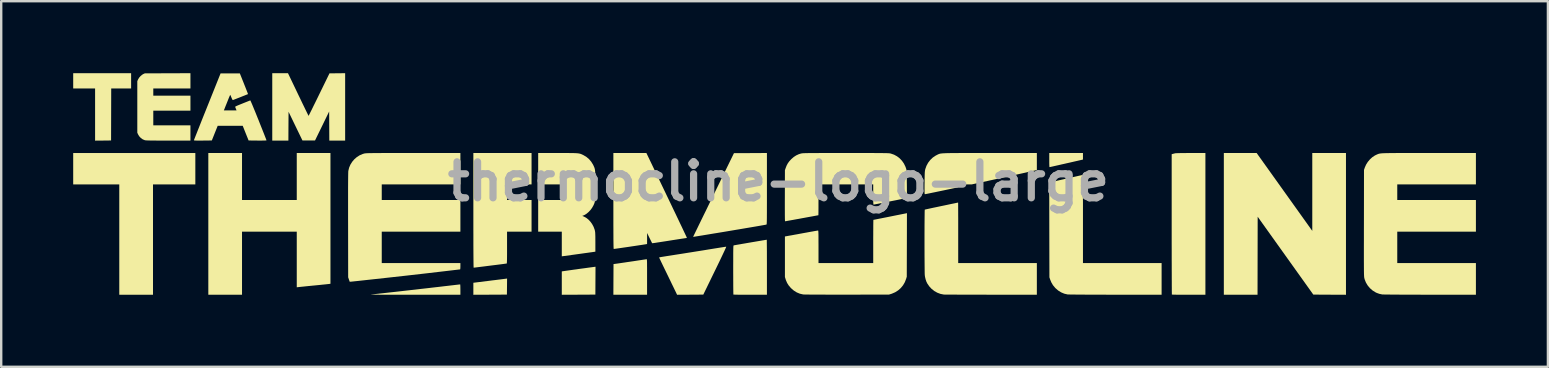
<source format=kicad_pcb>
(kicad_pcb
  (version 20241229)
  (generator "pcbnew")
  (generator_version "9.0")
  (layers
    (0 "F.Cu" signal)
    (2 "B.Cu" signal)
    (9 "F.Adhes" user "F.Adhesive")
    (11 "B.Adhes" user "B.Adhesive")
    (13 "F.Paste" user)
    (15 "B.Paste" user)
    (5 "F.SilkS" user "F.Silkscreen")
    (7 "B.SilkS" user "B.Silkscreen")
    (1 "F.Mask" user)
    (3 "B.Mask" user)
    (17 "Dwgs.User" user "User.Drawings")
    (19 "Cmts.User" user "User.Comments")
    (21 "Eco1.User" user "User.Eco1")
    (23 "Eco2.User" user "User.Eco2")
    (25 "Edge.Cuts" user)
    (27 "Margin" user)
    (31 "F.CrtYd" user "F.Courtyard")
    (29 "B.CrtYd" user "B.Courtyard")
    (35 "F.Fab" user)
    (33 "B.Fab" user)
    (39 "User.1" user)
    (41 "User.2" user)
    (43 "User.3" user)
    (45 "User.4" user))
  (footprint "thermocline-logo-large"
    (layer "F.Cu")
    (at 29.385 4.514)
    (property "Reference" "thermocline-logo-large" (at 0 0 0) (layer "F.Fab") (effects (font (size 1.5 1.5) (thickness 0.3))))
    (attr board_only exclude_from_pos_files exclude_from_bom)
    (fp_poly (pts (xy -26.972 -4.195) (xy -26.972 -3.877) (xy -27.387 -3.877) (xy -27.801 -3.877) (xy -27.804 -2.794) (xy -27.807 -1.711) (xy -28.14 -1.707) (xy -28.473 -1.704) (xy -28.473 -2.791) (xy -28.473 -3.877) (xy -28.929 -3.877) (xy -29.385 -3.877) (xy -29.385 -4.195) (xy -29.385 -4.513) (xy -28.179 -4.513) (xy -26.972 -4.513)) (stroke (width 0) (type solid)) (fill yes) (layer "F.SilkS"))
    (fp_poly (pts (xy -24.296 -0.534) (xy -24.296 0.12) (xy -25.178 0.12) (xy -26.06 0.12) (xy -26.06 2.419) (xy -26.06 4.717) (xy -26.762 4.717) (xy -27.465 4.717) (xy -27.465 2.419) (xy -27.465 0.12) (xy -28.425 0.12) (xy -29.385 0.12) (xy -29.385 -0.534) (xy -29.385 -1.188) (xy -26.84 -1.188) (xy -24.296 -1.188)) (stroke (width 0) (type solid)) (fill yes) (layer "F.SilkS"))
    (fp_poly (pts (xy -11.31 4.377) (xy -11.314 4.711) (xy -12.013 4.715) (xy -12.712 4.718) (xy -12.712 4.468) (xy -12.712 4.218) (xy -12.061 4.137) (xy -11.937 4.121) (xy -11.819 4.107) (xy -11.709 4.093) (xy -11.609 4.081) (xy -11.523 4.07) (xy -11.452 4.061) (xy -11.399 4.054) (xy -11.367 4.05) (xy -11.358 4.049) (xy -11.307 4.042)) (stroke (width 0) (type solid)) (fill yes) (layer "F.SilkS"))
    (fp_poly (pts (xy 21.084 0.434) (xy 22.243 2.056) (xy 22.243 0.434) (xy 22.243 -1.188) (xy 22.945 -1.188) (xy 23.647 -1.188) (xy 23.647 1.765) (xy 23.647 4.718) (xy 22.967 4.715) (xy 22.286 4.711) (xy 21.127 3.089) (xy 19.968 1.467) (xy 19.965 3.092) (xy 19.962 4.717) (xy 19.26 4.717) (xy 18.558 4.717) (xy 18.558 1.765) (xy 18.558 -1.188) (xy 19.242 -1.188) (xy 19.925 -1.188)) (stroke (width 0) (type solid)) (fill yes) (layer "F.SilkS"))
    (fp_poly (pts (xy -7.625 4.131) (xy -7.628 4.711) (xy -8.328 4.715) (xy -9.027 4.718) (xy -9.027 4.232) (xy -9.027 3.746) (xy -9 3.74) (xy -8.984 3.737) (xy -8.947 3.732) (xy -8.892 3.724) (xy -8.821 3.714) (xy -8.737 3.702) (xy -8.642 3.689) (xy -8.54 3.674) (xy -8.432 3.66) (xy -8.323 3.644) (xy -8.213 3.629) (xy -8.106 3.615) (xy -8.005 3.601) (xy -7.912 3.588) (xy -7.83 3.577) (xy -7.761 3.568) (xy -7.709 3.561) (xy -7.679 3.557) (xy -7.622 3.55)) (stroke (width 0) (type solid)) (fill yes) (layer "F.SilkS"))
    (fp_poly (pts (xy 12.688 -1.052) (xy 12.688 -0.916) (xy 12.571 -0.889) (xy 12.472 -0.866) (xy 12.365 -0.842) (xy 12.252 -0.816) (xy 12.136 -0.789) (xy 12.018 -0.763) (xy 11.902 -0.736) (xy 11.789 -0.711) (xy 11.682 -0.686) (xy 11.583 -0.664) (xy 11.495 -0.644) (xy 11.42 -0.627) (xy 11.361 -0.614) (xy 11.319 -0.605) (xy 11.297 -0.601) (xy 11.295 -0.6) (xy 11.291 -0.612) (xy 11.288 -0.645) (xy 11.286 -0.698) (xy 11.284 -0.768) (xy 11.284 -0.853) (xy 11.284 -0.894) (xy 11.284 -1.188) (xy 11.986 -1.188) (xy 12.688 -1.188)) (stroke (width 0) (type solid)) (fill yes) (layer "F.SilkS"))
    (fp_poly (pts (xy -5.49 3.236) (xy -5.487 3.24) (xy -5.484 3.248) (xy -5.481 3.264) (xy -5.479 3.288) (xy -5.477 3.322) (xy -5.476 3.369) (xy -5.475 3.429) (xy -5.475 3.505) (xy -5.474 3.599) (xy -5.474 3.711) (xy -5.474 3.844) (xy -5.474 3.974) (xy -5.474 4.717) (xy -6.176 4.717) (xy -6.878 4.717) (xy -6.875 4.078) (xy -6.872 3.439) (xy -6.758 3.424) (xy -6.714 3.418) (xy -6.653 3.409) (xy -6.578 3.398) (xy -6.49 3.385) (xy -6.393 3.371) (xy -6.29 3.355) (xy -6.183 3.34) (xy -6.075 3.324) (xy -5.968 3.308) (xy -5.866 3.292) (xy -5.771 3.278) (xy -5.685 3.265) (xy -5.612 3.254) (xy -5.555 3.246) (xy -5.515 3.239) (xy -5.496 3.236) (xy -5.495 3.236)) (stroke (width 0) (type solid)) (fill yes) (layer "F.SilkS"))
    (fp_poly (pts (xy -22.351 -0.21) (xy -22.351 0.768) (xy -21.211 0.768) (xy -20.07 0.768) (xy -20.07 -0.21) (xy -20.07 -1.188) (xy -19.368 -1.188) (xy -18.666 -1.188) (xy -18.666 1.535) (xy -18.666 4.259) (xy -18.711 4.266) (xy -18.731 4.269) (xy -18.773 4.273) (xy -18.834 4.28) (xy -18.912 4.288) (xy -19.003 4.297) (xy -19.106 4.308) (xy -19.218 4.319) (xy -19.337 4.331) (xy -19.362 4.333) (xy -19.482 4.345) (xy -19.596 4.356) (xy -19.702 4.367) (xy -19.796 4.377) (xy -19.878 4.385) (xy -19.943 4.392) (xy -19.991 4.397) (xy -20.017 4.4) (xy -20.019 4.4) (xy -20.07 4.407) (xy -20.07 3.248) (xy -20.07 2.089) (xy -21.211 2.089) (xy -22.351 2.089) (xy -22.351 3.403) (xy -22.351 4.717) (xy -23.053 4.717) (xy -23.755 4.717) (xy -23.755 1.765) (xy -23.755 -1.188) (xy -23.053 -1.188) (xy -22.351 -1.188)) (stroke (width 0) (type solid)) (fill yes) (layer "F.SilkS"))
    (fp_poly (pts (xy -24.5 -4.196) (xy -24.5 -3.877) (xy -25.274 -3.877) (xy -26.048 -3.877) (xy -26.048 -3.727) (xy -26.048 -3.577) (xy -25.274 -3.577) (xy -24.5 -3.577) (xy -24.5 -3.265) (xy -24.5 -2.953) (xy -25.274 -2.953) (xy -26.048 -2.953) (xy -26.048 -2.647) (xy -26.048 -2.341) (xy -25.274 -2.341) (xy -24.5 -2.341) (xy -24.5 -2.023) (xy -24.5 -1.705) (xy -25.421 -1.705) (xy -25.605 -1.706) (xy -25.767 -1.706) (xy -25.907 -1.707) (xy -26.027 -1.708) (xy -26.128 -1.709) (xy -26.211 -1.71) (xy -26.277 -1.712) (xy -26.328 -1.714) (xy -26.365 -1.717) (xy -26.389 -1.719) (xy -26.397 -1.721) (xy -26.488 -1.758) (xy -26.569 -1.815) (xy -26.637 -1.889) (xy -26.683 -1.967) (xy -26.714 -2.035) (xy -26.714 -3.109) (xy -26.714 -4.183) (xy -26.68 -4.258) (xy -26.637 -4.329) (xy -26.578 -4.396) (xy -26.511 -4.451) (xy -26.46 -4.481) (xy -26.402 -4.507) (xy -25.451 -4.511) (xy -24.5 -4.514)) (stroke (width 0) (type solid)) (fill yes) (layer "F.SilkS"))
    (fp_poly (pts (xy -18.054 -3.109) (xy -18.054 -1.705) (xy -18.384 -1.705) (xy -18.714 -1.705) (xy -18.717 -2.312) (xy -18.72 -2.919) (xy -19.014 -2.315) (xy -19.309 -1.711) (xy -19.571 -1.711) (xy -19.833 -1.711) (xy -20.123 -2.309) (xy -20.412 -2.907) (xy -20.416 -2.306) (xy -20.419 -1.705) (xy -20.755 -1.705) (xy -21.091 -1.705) (xy -21.091 -3.109) (xy -21.091 -4.513) (xy -20.763 -4.513) (xy -20.435 -4.513) (xy -20.01 -3.625) (xy -19.944 -3.489) (xy -19.881 -3.358) (xy -19.823 -3.236) (xy -19.768 -3.124) (xy -19.719 -3.022) (xy -19.676 -2.934) (xy -19.64 -2.86) (xy -19.611 -2.802) (xy -19.591 -2.761) (xy -19.58 -2.74) (xy -19.578 -2.737) (xy -19.572 -2.747) (xy -19.556 -2.778) (xy -19.531 -2.827) (xy -19.498 -2.893) (xy -19.458 -2.973) (xy -19.411 -3.068) (xy -19.359 -3.175) (xy -19.301 -3.291) (xy -19.239 -3.417) (xy -19.174 -3.55) (xy -19.139 -3.622) (xy -18.707 -4.507) (xy -18.38 -4.511) (xy -18.054 -4.514)) (stroke (width 0) (type solid)) (fill yes) (layer "F.SilkS"))
    (fp_poly (pts (xy 17.79 1.765) (xy 17.79 4.717) (xy 17.095 4.717) (xy 16.968 4.717) (xy 16.849 4.717) (xy 16.738 4.716) (xy 16.64 4.716) (xy 16.554 4.715) (xy 16.485 4.713) (xy 16.434 4.712) (xy 16.402 4.711) (xy 16.393 4.709) (xy 16.392 4.697) (xy 16.392 4.661) (xy 16.391 4.604) (xy 16.39 4.526) (xy 16.39 4.427) (xy 16.389 4.31) (xy 16.389 4.175) (xy 16.388 4.024) (xy 16.388 3.856) (xy 16.387 3.674) (xy 16.387 3.478) (xy 16.386 3.27) (xy 16.386 3.05) (xy 16.386 2.819) (xy 16.385 2.579) (xy 16.385 2.331) (xy 16.385 2.075) (xy 16.385 1.812) (xy 16.385 1.781) (xy 16.385 -1.139) (xy 16.436 -1.153) (xy 16.48 -1.164) (xy 16.522 -1.175) (xy 16.529 -1.177) (xy 16.549 -1.179) (xy 16.591 -1.181) (xy 16.652 -1.183) (xy 16.73 -1.185) (xy 16.822 -1.186) (xy 16.925 -1.187) (xy 17.039 -1.188) (xy 17.159 -1.188) (xy 17.18 -1.188) (xy 17.79 -1.188)) (stroke (width 0) (type solid)) (fill yes) (layer "F.SilkS"))
    (fp_poly (pts (xy -13.259 4.297) (xy -13.256 4.328) (xy -13.254 4.376) (xy -13.253 4.437) (xy -13.252 4.501) (xy -13.252 4.717) (xy -15.121 4.717) (xy -15.33 4.717) (xy -15.533 4.717) (xy -15.729 4.717) (xy -15.914 4.717) (xy -16.09 4.717) (xy -16.253 4.716) (xy -16.404 4.716) (xy -16.54 4.716) (xy -16.66 4.715) (xy -16.763 4.715) (xy -16.848 4.714) (xy -16.914 4.714) (xy -16.959 4.713) (xy -16.982 4.713) (xy -16.984 4.713) (xy -16.972 4.71) (xy -16.938 4.705) (xy -16.887 4.699) (xy -16.821 4.691) (xy -16.743 4.682) (xy -16.656 4.672) (xy -16.637 4.67) (xy -16.422 4.647) (xy -16.187 4.62) (xy -15.937 4.593) (xy -15.676 4.563) (xy -15.41 4.533) (xy -15.141 4.503) (xy -14.876 4.472) (xy -14.618 4.443) (xy -14.372 4.414) (xy -14.142 4.388) (xy -14.033 4.375) (xy -13.9 4.359) (xy -13.774 4.345) (xy -13.658 4.331) (xy -13.552 4.319) (xy -13.46 4.308) (xy -13.383 4.299) (xy -13.323 4.292) (xy -13.282 4.288) (xy -13.263 4.285) (xy -13.261 4.285)) (stroke (width 0) (type solid)) (fill yes) (layer "F.SilkS"))
    (fp_poly (pts (xy -10.287 -0.534) (xy -10.287 0.12) (xy -10.797 0.12) (xy -11.308 0.12) (xy -11.308 0.444) (xy -11.308 0.768) (xy -10.797 0.768) (xy -10.287 0.768) (xy -10.287 1.428) (xy -10.287 2.089) (xy -10.797 2.089) (xy -11.308 2.089) (xy -11.308 2.749) (xy -11.308 2.898) (xy -11.308 3.025) (xy -11.309 3.13) (xy -11.31 3.217) (xy -11.311 3.285) (xy -11.313 3.337) (xy -11.315 3.375) (xy -11.317 3.399) (xy -11.32 3.412) (xy -11.323 3.415) (xy -11.336 3.418) (xy -11.371 3.422) (xy -11.425 3.43) (xy -11.495 3.439) (xy -11.578 3.45) (xy -11.672 3.462) (xy -11.774 3.475) (xy -11.882 3.488) (xy -11.993 3.502) (xy -12.104 3.516) (xy -12.213 3.53) (xy -12.317 3.543) (xy -12.414 3.555) (xy -12.501 3.566) (xy -12.576 3.575) (xy -12.635 3.582) (xy -12.676 3.587) (xy -12.698 3.589) (xy -12.699 3.589) (xy -12.701 3.58) (xy -12.702 3.553) (xy -12.704 3.507) (xy -12.705 3.443) (xy -12.706 3.358) (xy -12.707 3.255) (xy -12.708 3.13) (xy -12.709 2.986) (xy -12.71 2.82) (xy -12.711 2.633) (xy -12.711 2.424) (xy -12.711 2.193) (xy -12.712 1.939) (xy -12.712 1.663) (xy -12.712 1.363) (xy -12.712 1.2) (xy -12.712 -1.188) (xy -11.5 -1.188) (xy -10.287 -1.188)) (stroke (width 0) (type solid)) (fill yes) (layer "F.SilkS"))
    (fp_poly (pts (xy 12.682 -0.264) (xy 12.683 -0.23) (xy 12.683 -0.174) (xy 12.684 -0.098) (xy 12.685 -0.003) (xy 12.685 0.109) (xy 12.686 0.238) (xy 12.686 0.381) (xy 12.687 0.538) (xy 12.687 0.708) (xy 12.688 0.888) (xy 12.688 1.078) (xy 12.688 1.277) (xy 12.688 1.482) (xy 12.688 1.56) (xy 12.688 3.397) (xy 14.327 3.397) (xy 15.965 3.397) (xy 15.965 4.057) (xy 15.965 4.717) (xy 14.041 4.716) (xy 13.827 4.716) (xy 13.619 4.715) (xy 13.417 4.715) (xy 13.225 4.714) (xy 13.042 4.714) (xy 12.87 4.713) (xy 12.711 4.712) (xy 12.565 4.711) (xy 12.435 4.71) (xy 12.321 4.709) (xy 12.224 4.708) (xy 12.148 4.707) (xy 12.091 4.706) (xy 12.056 4.705) (xy 12.046 4.704) (xy 11.908 4.672) (xy 11.778 4.617) (xy 11.656 4.541) (xy 11.543 4.443) (xy 11.528 4.427) (xy 11.438 4.318) (xy 11.369 4.2) (xy 11.321 4.083) (xy 11.29 3.991) (xy 11.286 2.016) (xy 11.283 0.041) (xy 11.484 -0.005) (xy 11.542 -0.018) (xy 11.618 -0.035) (xy 11.71 -0.056) (xy 11.814 -0.08) (xy 11.926 -0.105) (xy 12.042 -0.131) (xy 12.157 -0.158) (xy 12.18 -0.163) (xy 12.285 -0.187) (xy 12.383 -0.209) (xy 12.471 -0.229) (xy 12.547 -0.247) (xy 12.609 -0.26) (xy 12.653 -0.27) (xy 12.677 -0.275) (xy 12.681 -0.276)) (stroke (width 0) (type solid)) (fill yes) (layer "F.SilkS"))
    (fp_poly (pts (xy -0.486 2.436) (xy -0.485 2.471) (xy -0.485 2.525) (xy -0.484 2.599) (xy -0.483 2.691) (xy -0.482 2.798) (xy -0.481 2.919) (xy -0.481 3.053) (xy -0.481 3.197) (xy -0.48 3.351) (xy -0.48 3.512) (xy -0.48 3.571) (xy -0.48 4.717) (xy -1.174 4.717) (xy -1.301 4.717) (xy -1.421 4.717) (xy -1.531 4.716) (xy -1.63 4.716) (xy -1.715 4.715) (xy -1.785 4.713) (xy -1.836 4.712) (xy -1.867 4.711) (xy -1.877 4.709) (xy -1.878 4.697) (xy -1.879 4.661) (xy -1.88 4.606) (xy -1.881 4.531) (xy -1.882 4.44) (xy -1.883 4.333) (xy -1.883 4.213) (xy -1.884 4.082) (xy -1.884 3.94) (xy -1.885 3.791) (xy -1.885 3.684) (xy -1.885 3.504) (xy -1.884 3.346) (xy -1.884 3.21) (xy -1.884 3.093) (xy -1.884 2.994) (xy -1.883 2.911) (xy -1.882 2.843) (xy -1.881 2.789) (xy -1.88 2.747) (xy -1.878 2.715) (xy -1.876 2.692) (xy -1.873 2.677) (xy -1.871 2.667) (xy -1.867 2.662) (xy -1.864 2.66) (xy -1.849 2.657) (xy -1.813 2.651) (xy -1.759 2.641) (xy -1.689 2.629) (xy -1.606 2.615) (xy -1.512 2.598) (xy -1.41 2.581) (xy -1.303 2.562) (xy -1.192 2.543) (xy -1.081 2.524) (xy -0.973 2.506) (xy -0.869 2.488) (xy -0.772 2.472) (xy -0.686 2.457) (xy -0.612 2.445) (xy -0.552 2.435) (xy -0.511 2.428) (xy -0.49 2.425) (xy -0.488 2.425)) (stroke (width 0) (type solid)) (fill yes) (layer "F.SilkS"))
    (fp_poly (pts (xy -2.176 2.716) (xy -2.178 2.727) (xy -2.191 2.759) (xy -2.214 2.81) (xy -2.246 2.881) (xy -2.288 2.97) (xy -2.338 3.076) (xy -2.396 3.198) (xy -2.462 3.336) (xy -2.536 3.489) (xy -2.617 3.656) (xy -2.646 3.715) (xy -3.131 4.711) (xy -3.677 4.715) (xy -4.223 4.718) (xy -4.253 4.655) (xy -4.263 4.633) (xy -4.283 4.592) (xy -4.312 4.533) (xy -4.348 4.458) (xy -4.39 4.371) (xy -4.439 4.271) (xy -4.491 4.162) (xy -4.548 4.045) (xy -4.607 3.923) (xy -4.626 3.885) (xy -4.685 3.763) (xy -4.741 3.648) (xy -4.793 3.541) (xy -4.84 3.443) (xy -4.881 3.358) (xy -4.915 3.286) (xy -4.942 3.23) (xy -4.96 3.191) (xy -4.969 3.17) (xy -4.97 3.168) (xy -4.97 3.166) (xy -4.971 3.164) (xy -4.97 3.163) (xy -4.967 3.161) (xy -4.958 3.158) (xy -4.944 3.155) (xy -4.921 3.151) (xy -4.889 3.145) (xy -4.846 3.138) (xy -4.79 3.129) (xy -4.72 3.118) (xy -4.634 3.104) (xy -4.53 3.088) (xy -4.408 3.069) (xy -4.265 3.046) (xy -4.123 3.024) (xy -3.968 3) (xy -3.802 2.973) (xy -3.629 2.946) (xy -3.455 2.918) (xy -3.284 2.891) (xy -3.121 2.865) (xy -2.97 2.84) (xy -2.835 2.818) (xy -2.773 2.808) (xy -2.657 2.789) (xy -2.549 2.772) (xy -2.45 2.756) (xy -2.362 2.742) (xy -2.289 2.731) (xy -2.232 2.722) (xy -2.194 2.717) (xy -2.176 2.716)) (stroke (width 0) (type solid)) (fill yes) (layer "F.SilkS"))
    (fp_poly (pts (xy -0.48 0.299) (xy -0.48 0.519) (xy -0.48 0.717) (xy -0.48 0.892) (xy -0.481 1.048) (xy -0.481 1.184) (xy -0.481 1.303) (xy -0.482 1.405) (xy -0.482 1.492) (xy -0.483 1.565) (xy -0.484 1.625) (xy -0.485 1.673) (xy -0.487 1.712) (xy -0.488 1.741) (xy -0.49 1.762) (xy -0.492 1.776) (xy -0.495 1.786) (xy -0.497 1.791) (xy -0.501 1.793) (xy -0.501 1.793) (xy -0.519 1.797) (xy -0.558 1.805) (xy -0.618 1.815) (xy -0.696 1.829) (xy -0.791 1.846) (xy -0.901 1.865) (xy -1.024 1.886) (xy -1.159 1.909) (xy -1.303 1.933) (xy -1.455 1.959) (xy -1.613 1.986) (xy -1.776 2.013) (xy -1.941 2.041) (xy -2.108 2.069) (xy -2.273 2.097) (xy -2.437 2.124) (xy -2.595 2.15) (xy -2.629 2.155) (xy -2.799 2.183) (xy -2.947 2.208) (xy -3.075 2.229) (xy -3.183 2.247) (xy -3.274 2.261) (xy -3.349 2.274) (xy -3.409 2.283) (xy -3.457 2.291) (xy -3.493 2.297) (xy -3.519 2.301) (xy -3.537 2.303) (xy -3.547 2.304) (xy -3.553 2.305) (xy -3.555 2.304) (xy -3.555 2.303) (xy -3.553 2.302) (xy -3.553 2.301) (xy -3.548 2.29) (xy -3.533 2.258) (xy -3.508 2.207) (xy -3.475 2.138) (xy -3.433 2.052) (xy -3.383 1.95) (xy -3.327 1.834) (xy -3.263 1.703) (xy -3.194 1.561) (xy -3.119 1.407) (xy -3.038 1.243) (xy -2.954 1.07) (xy -2.866 0.889) (xy -2.774 0.701) (xy -2.703 0.557) (xy -1.854 -1.182) (xy -1.167 -1.185) (xy -0.48 -1.189)) (stroke (width 0) (type solid)) (fill yes) (layer "F.SilkS"))
    (fp_poly (pts (xy -4.66 0.568) (xy -4.567 0.762) (xy -4.477 0.949) (xy -4.391 1.13) (xy -4.308 1.302) (xy -4.23 1.466) (xy -4.157 1.619) (xy -4.09 1.76) (xy -4.028 1.889) (xy -3.974 2.004) (xy -3.927 2.104) (xy -3.887 2.188) (xy -3.856 2.254) (xy -3.833 2.302) (xy -3.82 2.331) (xy -3.817 2.339) (xy -3.826 2.352) (xy -3.83 2.353) (xy -3.844 2.355) (xy -3.879 2.36) (xy -3.934 2.368) (xy -4.005 2.379) (xy -4.091 2.392) (xy -4.19 2.407) (xy -4.298 2.424) (xy -4.414 2.442) (xy -4.451 2.448) (xy -4.609 2.473) (xy -4.744 2.494) (xy -4.86 2.512) (xy -4.956 2.527) (xy -5.036 2.539) (xy -5.1 2.549) (xy -5.151 2.557) (xy -5.19 2.562) (xy -5.218 2.566) (xy -5.238 2.568) (xy -5.25 2.569) (xy -5.258 2.569) (xy -5.262 2.568) (xy -5.263 2.567) (xy -5.27 2.555) (xy -5.286 2.525) (xy -5.308 2.479) (xy -5.336 2.423) (xy -5.368 2.358) (xy -5.371 2.352) (xy -5.473 2.143) (xy -5.473 2.373) (xy -5.474 2.603) (xy -5.507 2.61) (xy -5.532 2.614) (xy -5.577 2.621) (xy -5.639 2.631) (xy -5.716 2.643) (xy -5.806 2.656) (xy -5.904 2.671) (xy -6.01 2.687) (xy -6.12 2.703) (xy -6.231 2.72) (xy -6.341 2.736) (xy -6.447 2.751) (xy -6.547 2.766) (xy -6.638 2.779) (xy -6.717 2.79) (xy -6.781 2.799) (xy -6.829 2.805) (xy -6.856 2.808) (xy -6.862 2.809) (xy -6.864 2.806) (xy -6.866 2.796) (xy -6.868 2.779) (xy -6.869 2.753) (xy -6.871 2.718) (xy -6.872 2.671) (xy -6.873 2.614) (xy -6.874 2.543) (xy -6.875 2.459) (xy -6.876 2.361) (xy -6.876 2.247) (xy -6.877 2.116) (xy -6.877 1.967) (xy -6.878 1.801) (xy -6.878 1.614) (xy -6.878 1.407) (xy -6.878 1.178) (xy -6.878 0.927) (xy -6.878 0.81) (xy -6.878 -1.188) (xy -6.19 -1.188) (xy -5.502 -1.188)) (stroke (width 0) (type solid)) (fill yes) (layer "F.SilkS"))
    (fp_poly (pts (xy 7.486 0.888) (xy 7.487 0.922) (xy 7.487 0.977) (xy 7.488 1.052) (xy 7.488 1.144) (xy 7.489 1.252) (xy 7.489 1.375) (xy 7.49 1.511) (xy 7.49 1.658) (xy 7.49 1.815) (xy 7.49 1.981) (xy 7.49 2.137) (xy 7.49 3.397) (xy 9.129 3.397) (xy 10.767 3.397) (xy 10.767 4.057) (xy 10.767 4.717) (xy 8.85 4.716) (xy 8.636 4.715) (xy 8.429 4.715) (xy 8.229 4.715) (xy 8.038 4.714) (xy 7.858 4.714) (xy 7.688 4.713) (xy 7.531 4.713) (xy 7.388 4.712) (xy 7.261 4.712) (xy 7.15 4.711) (xy 7.057 4.711) (xy 6.983 4.71) (xy 6.93 4.71) (xy 6.898 4.709) (xy 6.89 4.709) (xy 6.75 4.681) (xy 6.617 4.631) (xy 6.493 4.561) (xy 6.38 4.471) (xy 6.281 4.364) (xy 6.202 4.248) (xy 6.162 4.166) (xy 6.13 4.069) (xy 6.106 3.966) (xy 6.098 3.907) (xy 6.096 3.879) (xy 6.094 3.83) (xy 6.093 3.763) (xy 6.092 3.677) (xy 6.091 3.577) (xy 6.09 3.463) (xy 6.089 3.337) (xy 6.088 3.201) (xy 6.087 3.058) (xy 6.087 2.908) (xy 6.086 2.754) (xy 6.086 2.597) (xy 6.086 2.44) (xy 6.086 2.283) (xy 6.086 2.13) (xy 6.087 1.982) (xy 6.087 1.841) (xy 6.088 1.708) (xy 6.089 1.585) (xy 6.09 1.475) (xy 6.091 1.379) (xy 6.092 1.299) (xy 6.093 1.237) (xy 6.095 1.194) (xy 6.096 1.173) (xy 6.097 1.171) (xy 6.111 1.167) (xy 6.146 1.159) (xy 6.199 1.147) (xy 6.27 1.132) (xy 6.355 1.113) (xy 6.452 1.092) (xy 6.559 1.07) (xy 6.674 1.046) (xy 6.706 1.039) (xy 6.826 1.014) (xy 6.941 0.99) (xy 7.049 0.967) (xy 7.147 0.946) (xy 7.233 0.928) (xy 7.304 0.914) (xy 7.357 0.903) (xy 7.389 0.896) (xy 7.392 0.895) (xy 7.435 0.886) (xy 7.468 0.879) (xy 7.484 0.876) (xy 7.485 0.876)) (stroke (width 0) (type solid)) (fill yes) (layer "F.SilkS"))
    (fp_poly (pts (xy -9.032 -1.188) (xy -8.887 -1.188) (xy -8.762 -1.188) (xy -8.655 -1.187) (xy -8.565 -1.186) (xy -8.489 -1.184) (xy -8.426 -1.181) (xy -8.373 -1.177) (xy -8.329 -1.172) (xy -8.292 -1.165) (xy -8.26 -1.157) (xy -8.23 -1.148) (xy -8.202 -1.136) (xy -8.173 -1.123) (xy -8.141 -1.108) (xy -8.133 -1.104) (xy -8.009 -1.032) (xy -7.899 -0.94) (xy -7.805 -0.832) (xy -7.728 -0.71) (xy -7.718 -0.69) (xy -7.699 -0.65) (xy -7.683 -0.614) (xy -7.669 -0.58) (xy -7.658 -0.545) (xy -7.649 -0.507) (xy -7.642 -0.463) (xy -7.637 -0.411) (xy -7.633 -0.349) (xy -7.631 -0.275) (xy -7.629 -0.185) (xy -7.629 -0.078) (xy -7.628 0.048) (xy -7.628 0.162) (xy -7.628 0.305) (xy -7.629 0.427) (xy -7.63 0.529) (xy -7.631 0.614) (xy -7.634 0.685) (xy -7.638 0.744) (xy -7.643 0.793) (xy -7.65 0.835) (xy -7.659 0.871) (xy -7.67 0.906) (xy -7.684 0.94) (xy -7.7 0.976) (xy -7.714 1.005) (xy -7.768 1.1) (xy -7.836 1.191) (xy -7.915 1.274) (xy -7.998 1.343) (xy -8.084 1.395) (xy -8.122 1.412) (xy -8.175 1.432) (xy -8.11 1.458) (xy -8.014 1.509) (xy -7.922 1.581) (xy -7.838 1.669) (xy -7.765 1.77) (xy -7.705 1.88) (xy -7.661 1.996) (xy -7.65 2.037) (xy -7.644 2.066) (xy -7.639 2.097) (xy -7.635 2.133) (xy -7.633 2.177) (xy -7.631 2.232) (xy -7.629 2.301) (xy -7.629 2.387) (xy -7.628 2.494) (xy -7.628 2.527) (xy -7.628 2.922) (xy -7.784 2.945) (xy -7.83 2.951) (xy -7.895 2.96) (xy -7.978 2.972) (xy -8.075 2.985) (xy -8.181 3) (xy -8.295 3.016) (xy -8.413 3.032) (xy -8.484 3.042) (xy -9.027 3.116) (xy -9.027 2.602) (xy -9.027 2.089) (xy -9.519 2.089) (xy -10.011 2.089) (xy -10.011 1.428) (xy -10.011 0.768) (xy -9.519 0.768) (xy -9.027 0.768) (xy -9.027 0.444) (xy -9.027 0.12) (xy -9.519 0.12) (xy -10.011 0.12) (xy -10.011 -0.534) (xy -10.011 -1.188) (xy -9.199 -1.188)) (stroke (width 0) (type solid)) (fill yes) (layer "F.SilkS"))
    (fp_poly (pts (xy 8.298 -1.188) (xy 8.532 -1.188) (xy 8.789 -1.188) (xy 8.809 -1.188) (xy 10.767 -1.188) (xy 10.767 -0.835) (xy 10.767 -0.481) (xy 10.722 -0.469) (xy 10.698 -0.463) (xy 10.652 -0.453) (xy 10.586 -0.438) (xy 10.503 -0.419) (xy 10.403 -0.397) (xy 10.29 -0.371) (xy 10.164 -0.343) (xy 10.027 -0.313) (xy 9.883 -0.281) (xy 9.731 -0.248) (xy 9.575 -0.213) (xy 9.416 -0.178) (xy 9.257 -0.143) (xy 9.097 -0.108) (xy 8.941 -0.074) (xy 8.789 -0.041) (xy 8.771 -0.037) (xy 8.052 0.12) (xy 7.771 0.12) (xy 7.49 0.12) (xy 7.49 0.179) (xy 7.489 0.215) (xy 7.482 0.234) (xy 7.468 0.243) (xy 7.463 0.244) (xy 7.435 0.251) (xy 7.388 0.261) (xy 7.324 0.275) (xy 7.245 0.292) (xy 7.155 0.311) (xy 7.056 0.332) (xy 6.951 0.354) (xy 6.841 0.377) (xy 6.731 0.4) (xy 6.621 0.423) (xy 6.516 0.445) (xy 6.417 0.465) (xy 6.327 0.484) (xy 6.248 0.5) (xy 6.184 0.513) (xy 6.136 0.522) (xy 6.108 0.527) (xy 6.101 0.528) (xy 6.097 0.525) (xy 6.093 0.516) (xy 6.09 0.498) (xy 6.088 0.469) (xy 6.087 0.427) (xy 6.087 0.369) (xy 6.087 0.295) (xy 6.087 0.201) (xy 6.088 0.086) (xy 6.089 0.051) (xy 6.09 -0.07) (xy 6.092 -0.17) (xy 6.093 -0.251) (xy 6.095 -0.316) (xy 6.097 -0.368) (xy 6.1 -0.409) (xy 6.104 -0.443) (xy 6.108 -0.471) (xy 6.113 -0.496) (xy 6.12 -0.522) (xy 6.12 -0.522) (xy 6.169 -0.659) (xy 6.238 -0.785) (xy 6.326 -0.899) (xy 6.429 -0.998) (xy 6.547 -1.078) (xy 6.607 -1.109) (xy 6.627 -1.12) (xy 6.646 -1.129) (xy 6.663 -1.137) (xy 6.681 -1.144) (xy 6.699 -1.151) (xy 6.72 -1.157) (xy 6.744 -1.163) (xy 6.773 -1.167) (xy 6.808 -1.171) (xy 6.85 -1.175) (xy 6.899 -1.178) (xy 6.958 -1.18) (xy 7.027 -1.183) (xy 7.107 -1.184) (xy 7.2 -1.186) (xy 7.307 -1.187) (xy 7.428 -1.187) (xy 7.566 -1.188) (xy 7.72 -1.188) (xy 7.893 -1.188) (xy 8.085 -1.188)) (stroke (width 0) (type solid)) (fill yes) (layer "F.SilkS"))
    (fp_poly (pts (xy 26.673 -1.188) (xy 26.914 -1.188) (xy 27.101 -1.188) (xy 29.061 -1.188) (xy 29.061 -0.534) (xy 29.061 0.12) (xy 27.423 0.12) (xy 25.784 0.12) (xy 25.784 0.444) (xy 25.784 0.768) (xy 27.423 0.768) (xy 29.061 0.768) (xy 29.061 1.428) (xy 29.061 2.089) (xy 27.423 2.089) (xy 25.784 2.089) (xy 25.784 2.743) (xy 25.784 3.397) (xy 27.423 3.397) (xy 29.061 3.397) (xy 29.061 4.057) (xy 29.061 4.717) (xy 27.144 4.716) (xy 26.93 4.716) (xy 26.722 4.715) (xy 26.521 4.715) (xy 26.328 4.714) (xy 26.146 4.714) (xy 25.974 4.713) (xy 25.815 4.712) (xy 25.67 4.711) (xy 25.54 4.71) (xy 25.426 4.709) (xy 25.331 4.708) (xy 25.254 4.707) (xy 25.198 4.706) (xy 25.164 4.705) (xy 25.154 4.704) (xy 25.036 4.679) (xy 24.928 4.64) (xy 24.878 4.616) (xy 24.754 4.538) (xy 24.645 4.443) (xy 24.553 4.333) (xy 24.479 4.21) (xy 24.426 4.077) (xy 24.415 4.036) (xy 24.412 4.024) (xy 24.409 4.012) (xy 24.407 3.998) (xy 24.405 3.981) (xy 24.403 3.961) (xy 24.401 3.935) (xy 24.4 3.904) (xy 24.398 3.866) (xy 24.397 3.82) (xy 24.396 3.764) (xy 24.395 3.699) (xy 24.395 3.622) (xy 24.394 3.533) (xy 24.394 3.431) (xy 24.393 3.314) (xy 24.393 3.182) (xy 24.393 3.033) (xy 24.393 2.867) (xy 24.393 2.682) (xy 24.394 2.477) (xy 24.394 2.252) (xy 24.394 2.004) (xy 24.395 1.734) (xy 24.395 1.728) (xy 24.398 -0.486) (xy 24.433 -0.587) (xy 24.486 -0.707) (xy 24.558 -0.82) (xy 24.645 -0.923) (xy 24.743 -1.013) (xy 24.851 -1.085) (xy 24.932 -1.124) (xy 24.952 -1.133) (xy 24.97 -1.14) (xy 24.987 -1.147) (xy 25.004 -1.153) (xy 25.023 -1.158) (xy 25.044 -1.163) (xy 25.07 -1.168) (xy 25.1 -1.171) (xy 25.136 -1.175) (xy 25.179 -1.178) (xy 25.23 -1.18) (xy 25.291 -1.182) (xy 25.363 -1.184) (xy 25.446 -1.185) (xy 25.542 -1.186) (xy 25.653 -1.187) (xy 25.778 -1.188) (xy 25.92 -1.188) (xy 26.079 -1.188) (xy 26.257 -1.188) (xy 26.455 -1.188)) (stroke (width 0) (type solid)) (fill yes) (layer "F.SilkS"))
    (fp_poly (pts (xy 5.351 2.642) (xy 5.347 3.967) (xy 5.32 4.055) (xy 5.265 4.197) (xy 5.19 4.325) (xy 5.097 4.438) (xy 4.988 4.534) (xy 4.864 4.613) (xy 4.725 4.673) (xy 4.693 4.683) (xy 4.603 4.711) (xy 2.851 4.713) (xy 2.646 4.713) (xy 2.448 4.713) (xy 2.256 4.713) (xy 2.073 4.713) (xy 1.9 4.712) (xy 1.739 4.712) (xy 1.59 4.711) (xy 1.456 4.711) (xy 1.337 4.71) (xy 1.235 4.709) (xy 1.152 4.708) (xy 1.088 4.707) (xy 1.046 4.706) (xy 1.026 4.704) (xy 0.891 4.673) (xy 0.762 4.619) (xy 0.64 4.543) (xy 0.528 4.446) (xy 0.508 4.425) (xy 0.425 4.327) (xy 0.361 4.225) (xy 0.312 4.111) (xy 0.298 4.069) (xy 0.27 3.979) (xy 0.27 3.134) (xy 0.27 2.289) (xy 0.462 2.254) (xy 0.518 2.245) (xy 0.593 2.231) (xy 0.684 2.214) (xy 0.787 2.196) (xy 0.897 2.175) (xy 1.012 2.154) (xy 1.127 2.133) (xy 1.143 2.131) (xy 1.248 2.111) (xy 1.347 2.093) (xy 1.436 2.077) (xy 1.513 2.063) (xy 1.575 2.053) (xy 1.62 2.045) (xy 1.646 2.041) (xy 1.65 2.041) (xy 1.654 2.043) (xy 1.657 2.049) (xy 1.66 2.063) (xy 1.662 2.085) (xy 1.664 2.118) (xy 1.666 2.163) (xy 1.667 2.221) (xy 1.668 2.296) (xy 1.668 2.388) (xy 1.668 2.499) (xy 1.669 2.632) (xy 1.669 2.719) (xy 1.669 3.397) (xy 2.809 3.397) (xy 3.949 3.397) (xy 3.949 2.497) (xy 3.949 2.352) (xy 3.95 2.215) (xy 3.95 2.086) (xy 3.951 1.969) (xy 3.951 1.864) (xy 3.952 1.774) (xy 3.953 1.7) (xy 3.954 1.645) (xy 3.955 1.61) (xy 3.956 1.597) (xy 3.956 1.597) (xy 3.969 1.594) (xy 4.002 1.588) (xy 4.054 1.578) (xy 4.122 1.564) (xy 4.203 1.548) (xy 4.295 1.53) (xy 4.395 1.51) (xy 4.502 1.489) (xy 4.611 1.467) (xy 4.721 1.445) (xy 4.83 1.423) (xy 4.934 1.402) (xy 5.031 1.383) (xy 5.119 1.365) (xy 5.196 1.35) (xy 5.257 1.338) (xy 5.302 1.329) (xy 5.327 1.323) (xy 5.354 1.317)) (stroke (width 0) (type solid)) (fill yes) (layer "F.SilkS"))
    (fp_poly (pts (xy -13.252 -0.534) (xy -13.252 0.12) (xy -14.891 0.12) (xy -16.529 0.12) (xy -16.529 0.444) (xy -16.529 0.768) (xy -14.891 0.768) (xy -13.252 0.768) (xy -13.252 1.428) (xy -13.252 2.089) (xy -14.891 2.089) (xy -16.529 2.089) (xy -16.529 2.743) (xy -16.529 3.397) (xy -14.891 3.397) (xy -13.252 3.397) (xy -13.252 3.529) (xy -13.253 3.585) (xy -13.256 3.628) (xy -13.26 3.655) (xy -13.264 3.661) (xy -13.277 3.663) (xy -13.313 3.666) (xy -13.368 3.673) (xy -13.44 3.681) (xy -13.527 3.691) (xy -13.627 3.703) (xy -13.737 3.716) (xy -13.857 3.73) (xy -13.933 3.739) (xy -14.71 3.83) (xy -15.502 3.92) (xy -16.313 4.01) (xy -17.146 4.101) (xy -17.235 4.111) (xy -17.374 4.126) (xy -17.491 4.139) (xy -17.587 4.149) (xy -17.666 4.157) (xy -17.728 4.164) (xy -17.776 4.169) (xy -17.812 4.172) (xy -17.836 4.174) (xy -17.852 4.175) (xy -17.861 4.175) (xy -17.865 4.174) (xy -17.866 4.173) (xy -17.865 4.171) (xy -17.865 4.169) (xy -17.866 4.168) (xy -17.872 4.153) (xy -17.883 4.122) (xy -17.898 4.08) (xy -17.899 4.075) (xy -17.928 3.991) (xy -17.931 1.819) (xy -17.932 1.527) (xy -17.932 1.26) (xy -17.932 1.014) (xy -17.932 0.791) (xy -17.932 0.589) (xy -17.932 0.407) (xy -17.932 0.245) (xy -17.931 0.102) (xy -17.93 -0.023) (xy -17.929 -0.13) (xy -17.928 -0.221) (xy -17.927 -0.295) (xy -17.926 -0.354) (xy -17.924 -0.398) (xy -17.923 -0.429) (xy -17.921 -0.444) (xy -17.889 -0.577) (xy -17.835 -0.704) (xy -17.762 -0.821) (xy -17.673 -0.926) (xy -17.569 -1.017) (xy -17.453 -1.092) (xy -17.326 -1.147) (xy -17.266 -1.165) (xy -17.253 -1.168) (xy -17.24 -1.171) (xy -17.225 -1.173) (xy -17.208 -1.175) (xy -17.186 -1.177) (xy -17.159 -1.179) (xy -17.125 -1.181) (xy -17.084 -1.182) (xy -17.035 -1.183) (xy -16.976 -1.184) (xy -16.906 -1.185) (xy -16.824 -1.186) (xy -16.728 -1.187) (xy -16.619 -1.187) (xy -16.494 -1.188) (xy -16.352 -1.188) (xy -16.193 -1.188) (xy -16.015 -1.188) (xy -15.817 -1.188) (xy -15.598 -1.188) (xy -15.357 -1.188) (xy -15.213 -1.188) (xy -13.252 -1.188)) (stroke (width 0) (type solid)) (fill yes) (layer "F.SilkS"))
    (fp_poly (pts (xy -22.27 -4.077) (xy -22.232 -3.981) (xy -22.197 -3.893) (xy -22.166 -3.814) (xy -22.14 -3.748) (xy -22.12 -3.695) (xy -22.107 -3.66) (xy -22.101 -3.644) (xy -22.101 -3.644) (xy -22.114 -3.638) (xy -22.145 -3.625) (xy -22.192 -3.607) (xy -22.25 -3.583) (xy -22.317 -3.557) (xy -22.389 -3.528) (xy -22.462 -3.499) (xy -22.533 -3.472) (xy -22.598 -3.446) (xy -22.655 -3.424) (xy -22.698 -3.407) (xy -22.725 -3.397) (xy -22.733 -3.395) (xy -22.746 -3.404) (xy -22.764 -3.435) (xy -22.787 -3.486) (xy -22.793 -3.502) (xy -22.812 -3.549) (xy -22.829 -3.586) (xy -22.84 -3.608) (xy -22.843 -3.613) (xy -22.849 -3.602) (xy -22.862 -3.572) (xy -22.882 -3.526) (xy -22.907 -3.466) (xy -22.935 -3.395) (xy -22.962 -3.328) (xy -22.994 -3.248) (xy -23.024 -3.174) (xy -23.05 -3.109) (xy -23.071 -3.056) (xy -23.085 -3.019) (xy -23.092 -3.004) (xy -23.108 -2.965) (xy -22.844 -2.965) (xy -22.579 -2.965) (xy -22.605 -3.028) (xy -22.62 -3.066) (xy -22.631 -3.097) (xy -22.635 -3.109) (xy -22.636 -3.114) (xy -22.633 -3.118) (xy -22.626 -3.124) (xy -22.613 -3.132) (xy -22.592 -3.143) (xy -22.561 -3.157) (xy -22.519 -3.175) (xy -22.464 -3.198) (xy -22.394 -3.226) (xy -22.308 -3.261) (xy -22.203 -3.303) (xy -22.079 -3.352) (xy -22.007 -3.381) (xy -22 -3.371) (xy -21.985 -3.34) (xy -21.962 -3.288) (xy -21.931 -3.217) (xy -21.894 -3.127) (xy -21.85 -3.02) (xy -21.799 -2.897) (xy -21.743 -2.758) (xy -21.681 -2.604) (xy -21.662 -2.558) (xy -21.609 -2.423) (xy -21.558 -2.296) (xy -21.51 -2.176) (xy -21.467 -2.067) (xy -21.428 -1.969) (xy -21.395 -1.884) (xy -21.368 -1.815) (xy -21.348 -1.763) (xy -21.335 -1.729) (xy -21.331 -1.716) (xy -21.331 -1.716) (xy -21.343 -1.713) (xy -21.378 -1.71) (xy -21.438 -1.708) (xy -21.52 -1.707) (xy -21.625 -1.707) (xy -21.704 -1.707) (xy -22.077 -1.711) (xy -22.2 -2.017) (xy -22.322 -2.323) (xy -22.843 -2.323) (xy -23.364 -2.323) (xy -23.487 -2.017) (xy -23.609 -1.711) (xy -23.982 -1.707) (xy -24.091 -1.707) (xy -24.178 -1.707) (xy -24.244 -1.707) (xy -24.293 -1.708) (xy -24.327 -1.711) (xy -24.346 -1.714) (xy -24.355 -1.718) (xy -24.355 -1.719) (xy -24.351 -1.732) (xy -24.338 -1.766) (xy -24.317 -1.819) (xy -24.289 -1.891) (xy -24.254 -1.979) (xy -24.213 -2.083) (xy -24.166 -2.201) (xy -24.114 -2.332) (xy -24.058 -2.474) (xy -23.997 -2.627) (xy -23.933 -2.788) (xy -23.865 -2.956) (xy -23.799 -3.121) (xy -23.244 -4.507) (xy -22.843 -4.507) (xy -22.442 -4.507)) (stroke (width 0) (type solid)) (fill yes) (layer "F.SilkS"))
    (fp_poly (pts (xy 3.051 -1.188) (xy 3.27 -1.188) (xy 3.468 -1.188) (xy 3.645 -1.188) (xy 3.803 -1.188) (xy 3.943 -1.188) (xy 4.066 -1.187) (xy 4.174 -1.187) (xy 4.267 -1.186) (xy 4.347 -1.185) (xy 4.415 -1.184) (xy 4.471 -1.183) (xy 4.519 -1.182) (xy 4.557 -1.181) (xy 4.589 -1.179) (xy 4.614 -1.177) (xy 4.635 -1.175) (xy 4.652 -1.172) (xy 4.666 -1.169) (xy 4.679 -1.166) (xy 4.684 -1.165) (xy 4.817 -1.119) (xy 4.94 -1.052) (xy 5.051 -0.967) (xy 5.148 -0.864) (xy 5.229 -0.747) (xy 5.293 -0.616) (xy 5.32 -0.538) (xy 5.326 -0.517) (xy 5.331 -0.496) (xy 5.335 -0.473) (xy 5.339 -0.445) (xy 5.341 -0.411) (xy 5.344 -0.368) (xy 5.345 -0.313) (xy 5.347 -0.244) (xy 5.348 -0.16) (xy 5.349 -0.057) (xy 5.35 0.067) (xy 5.351 0.116) (xy 5.352 0.247) (xy 5.352 0.357) (xy 5.353 0.446) (xy 5.353 0.518) (xy 5.352 0.573) (xy 5.351 0.615) (xy 5.349 0.645) (xy 5.347 0.665) (xy 5.344 0.678) (xy 5.34 0.685) (xy 5.335 0.688) (xy 5.334 0.688) (xy 5.316 0.693) (xy 5.278 0.701) (xy 5.222 0.712) (xy 5.15 0.727) (xy 5.066 0.744) (xy 4.971 0.763) (xy 4.869 0.784) (xy 4.761 0.805) (xy 4.651 0.827) (xy 4.541 0.849) (xy 4.433 0.87) (xy 4.33 0.89) (xy 4.236 0.909) (xy 4.151 0.926) (xy 4.08 0.939) (xy 4.023 0.95) (xy 3.985 0.957) (xy 3.967 0.96) (xy 3.967 0.96) (xy 3.962 0.958) (xy 3.958 0.948) (xy 3.955 0.929) (xy 3.953 0.898) (xy 3.951 0.854) (xy 3.95 0.794) (xy 3.95 0.716) (xy 3.949 0.618) (xy 3.949 0.54) (xy 3.949 0.12) (xy 2.809 0.12) (xy 1.669 0.12) (xy 1.669 0.762) (xy 1.668 0.884) (xy 1.668 0.998) (xy 1.668 1.102) (xy 1.667 1.195) (xy 1.667 1.273) (xy 1.666 1.335) (xy 1.665 1.379) (xy 1.664 1.402) (xy 1.664 1.404) (xy 1.651 1.407) (xy 1.618 1.412) (xy 1.571 1.421) (xy 1.511 1.432) (xy 1.469 1.44) (xy 1.384 1.456) (xy 1.288 1.473) (xy 1.185 1.492) (xy 1.077 1.512) (xy 0.966 1.532) (xy 0.856 1.553) (xy 0.747 1.572) (xy 0.644 1.591) (xy 0.549 1.608) (xy 0.464 1.623) (xy 0.391 1.636) (xy 0.334 1.647) (xy 0.295 1.653) (xy 0.276 1.656) (xy 0.274 1.657) (xy 0.273 1.645) (xy 0.271 1.61) (xy 0.269 1.553) (xy 0.268 1.475) (xy 0.267 1.378) (xy 0.267 1.261) (xy 0.266 1.126) (xy 0.266 0.975) (xy 0.266 0.807) (xy 0.267 0.625) (xy 0.267 0.591) (xy 0.27 -0.474) (xy 0.302 -0.566) (xy 0.342 -0.669) (xy 0.39 -0.758) (xy 0.45 -0.841) (xy 0.527 -0.925) (xy 0.533 -0.931) (xy 0.635 -1.021) (xy 0.739 -1.089) (xy 0.85 -1.14) (xy 0.932 -1.165) (xy 0.945 -1.168) (xy 0.959 -1.171) (xy 0.974 -1.173) (xy 0.993 -1.176) (xy 1.016 -1.178) (xy 1.044 -1.18) (xy 1.079 -1.181) (xy 1.121 -1.183) (xy 1.173 -1.184) (xy 1.235 -1.185) (xy 1.309 -1.186) (xy 1.395 -1.186) (xy 1.494 -1.187) (xy 1.609 -1.187) (xy 1.74 -1.188) (xy 1.889 -1.188) (xy 2.056 -1.188) (xy 2.243 -1.188) (xy 2.45 -1.188) (xy 2.68 -1.188) (xy 2.809 -1.188)) (stroke (width 0) (type solid)) (fill yes) (layer "F.SilkS")))
  (gr_rect
    (start -3 -3)
    (end 61.446 12.232)
    (stroke (width 0.1) (type default))
    (fill no)
    (layer "Edge.Cuts")))
</source>
